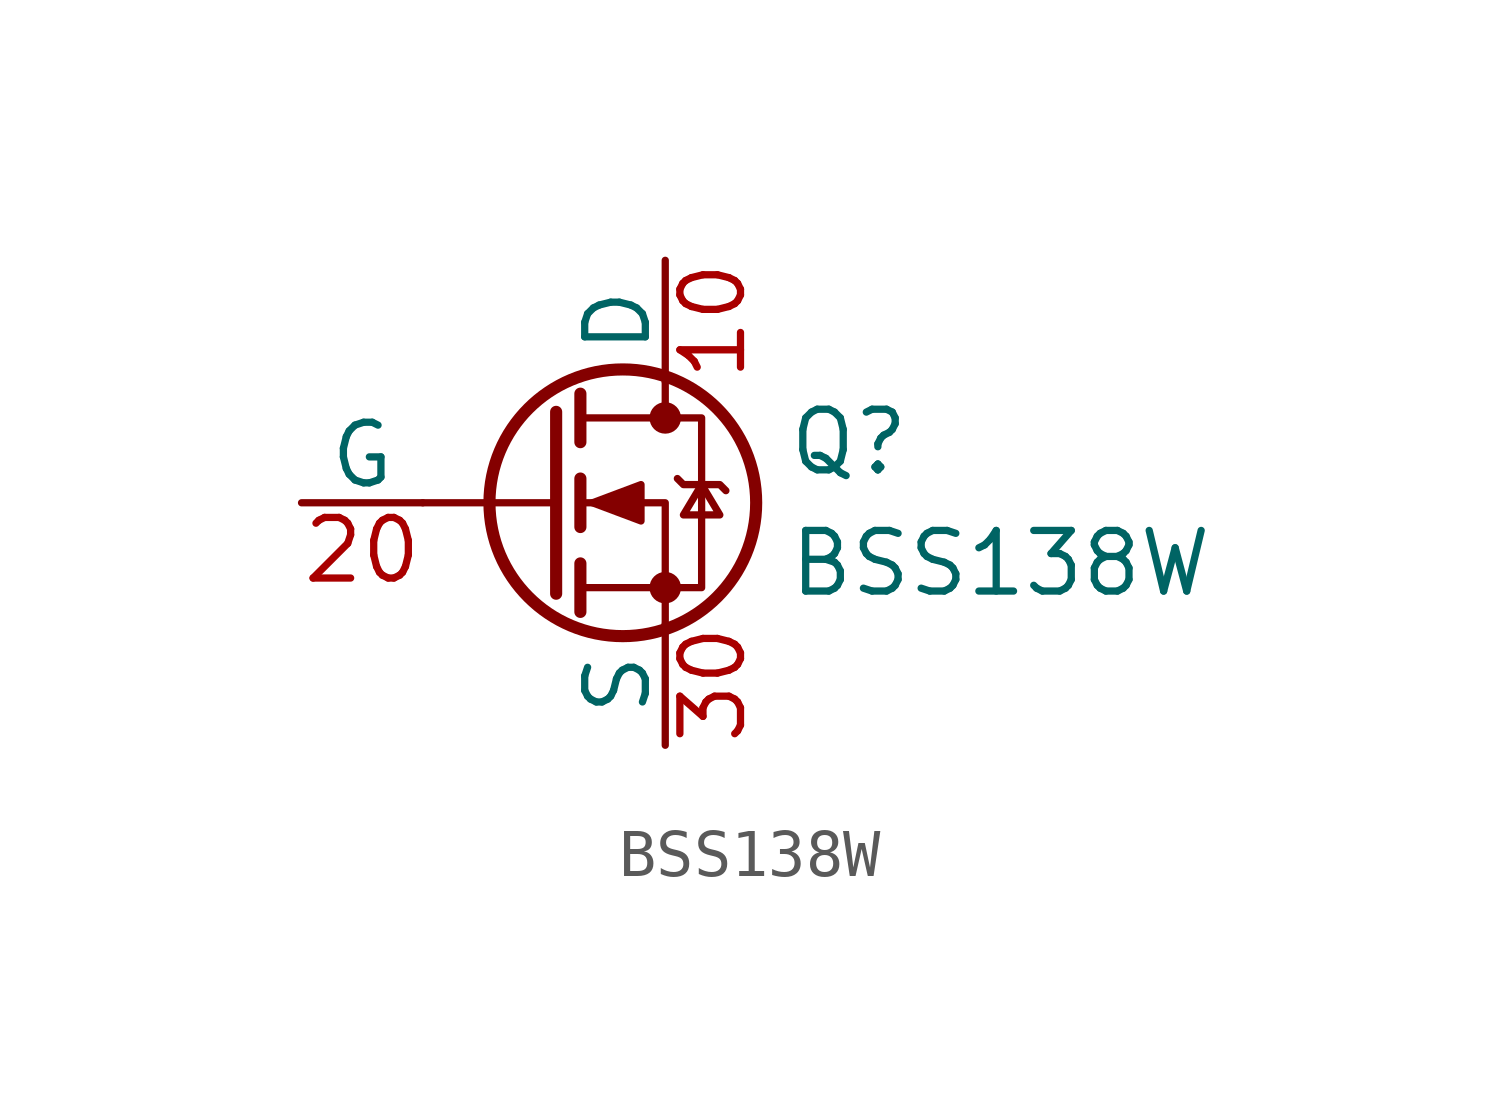
<source format=kicad_sym>
(kicad_symbol_lib
  (version 20211014)
  (generator kicad_symbol_editor)
  (symbol "BSS138W"
    (pin_names
      (offset 0))
    (property "Reference" "Q"
      (at 5.08 1.27 0)
      (effects (font (size 1.27 1.27)) (justify left)))
    (property "Value" "BSS138W"
      (at 5.08 -1.27 0)
      (effects (font (size 1.27 1.27)) (justify left)))
    (symbol "BSS138W_0_1"
      (polyline (pts (xy 0.254 0) (xy -2.54 0)) (stroke (width 0) (type default) (color 0 0 0 0)) (fill (type none)))
      (polyline (pts (xy 0.254 1.905) (xy 0.254 -1.905)) (stroke (width 0.254) (type default) (color 0 0 0 0)) (fill (type none)))
      (polyline (pts (xy 0.762 -1.27) (xy 0.762 -2.286)) (stroke (width 0.254) (type default) (color 0 0 0 0)) (fill (type none)))
      (polyline (pts (xy 0.762 0.508) (xy 0.762 -0.508)) (stroke (width 0.254) (type default) (color 0 0 0 0)) (fill (type none)))
      (polyline (pts (xy 0.762 2.286) (xy 0.762 1.27)) (stroke (width 0.254) (type default) (color 0 0 0 0)) (fill (type none)))
      (polyline (pts (xy 2.54 2.54) (xy 2.54 1.778)) (stroke (width 0) (type default) (color 0 0 0 0)) (fill (type none)))
      (polyline (pts (xy 2.54 -2.54) (xy 2.54 0) (xy 0.762 0)) (stroke (width 0) (type default) (color 0 0 0 0)) (fill (type none)))
      (polyline (pts (xy 0.762 -1.778) (xy 3.302 -1.778) (xy 3.302 1.778) (xy 0.762 1.778)) (stroke (width 0) (type default) (color 0 0 0 0)) (fill (type none)))
      (polyline (pts (xy 1.016 0) (xy 2.032 0.381) (xy 2.032 -0.381) (xy 1.016 0)) (stroke (width 0) (type default) (color 0 0 0 0)) (fill (type outline)))
      (polyline (pts (xy 2.794 0.508) (xy 2.921 0.381) (xy 3.683 0.381) (xy 3.81 0.254)) (stroke (width 0) (type default) (color 0 0 0 0)) (fill (type none)))
      (polyline (pts (xy 3.302 0.381) (xy 2.921 -0.254) (xy 3.683 -0.254) (xy 3.302 0.381)) (stroke (width 0) (type default) (color 0 0 0 0)) (fill (type none)))
      (circle (center 1.651 0) (radius 2.794) (stroke (width 0.254) (type default) (color 0 0 0 0)) (fill (type none)))
      (circle (center 2.54 -1.778) (radius 0.254) (stroke (width 0) (type default) (color 0 0 0 0)) (fill (type outline)))
      (circle (center 2.54 1.778) (radius 0.254) (stroke (width 0) (type default) (color 0 0 0 0)) (fill (type outline))))
    (symbol "BSS138W_1_1"
      (pin passive line (at 2.54 5.08 270) (length 2.54) (name "D" (effects (font (size 1.27 1.27)))) (number "10" (effects (font (size 1.27 1.27)))))
      (pin input line (at -5.08 0 0) (length 2.54) (name "G" (effects (font (size 1.27 1.27)))) (number "20" (effects (font (size 1.27 1.27)))))
      (pin passive line (at 2.54 -5.08 90) (length 2.54) (name "S" (effects (font (size 1.27 1.27)))) (number "30" (effects (font (size 1.27 1.27))))))))
</source>
